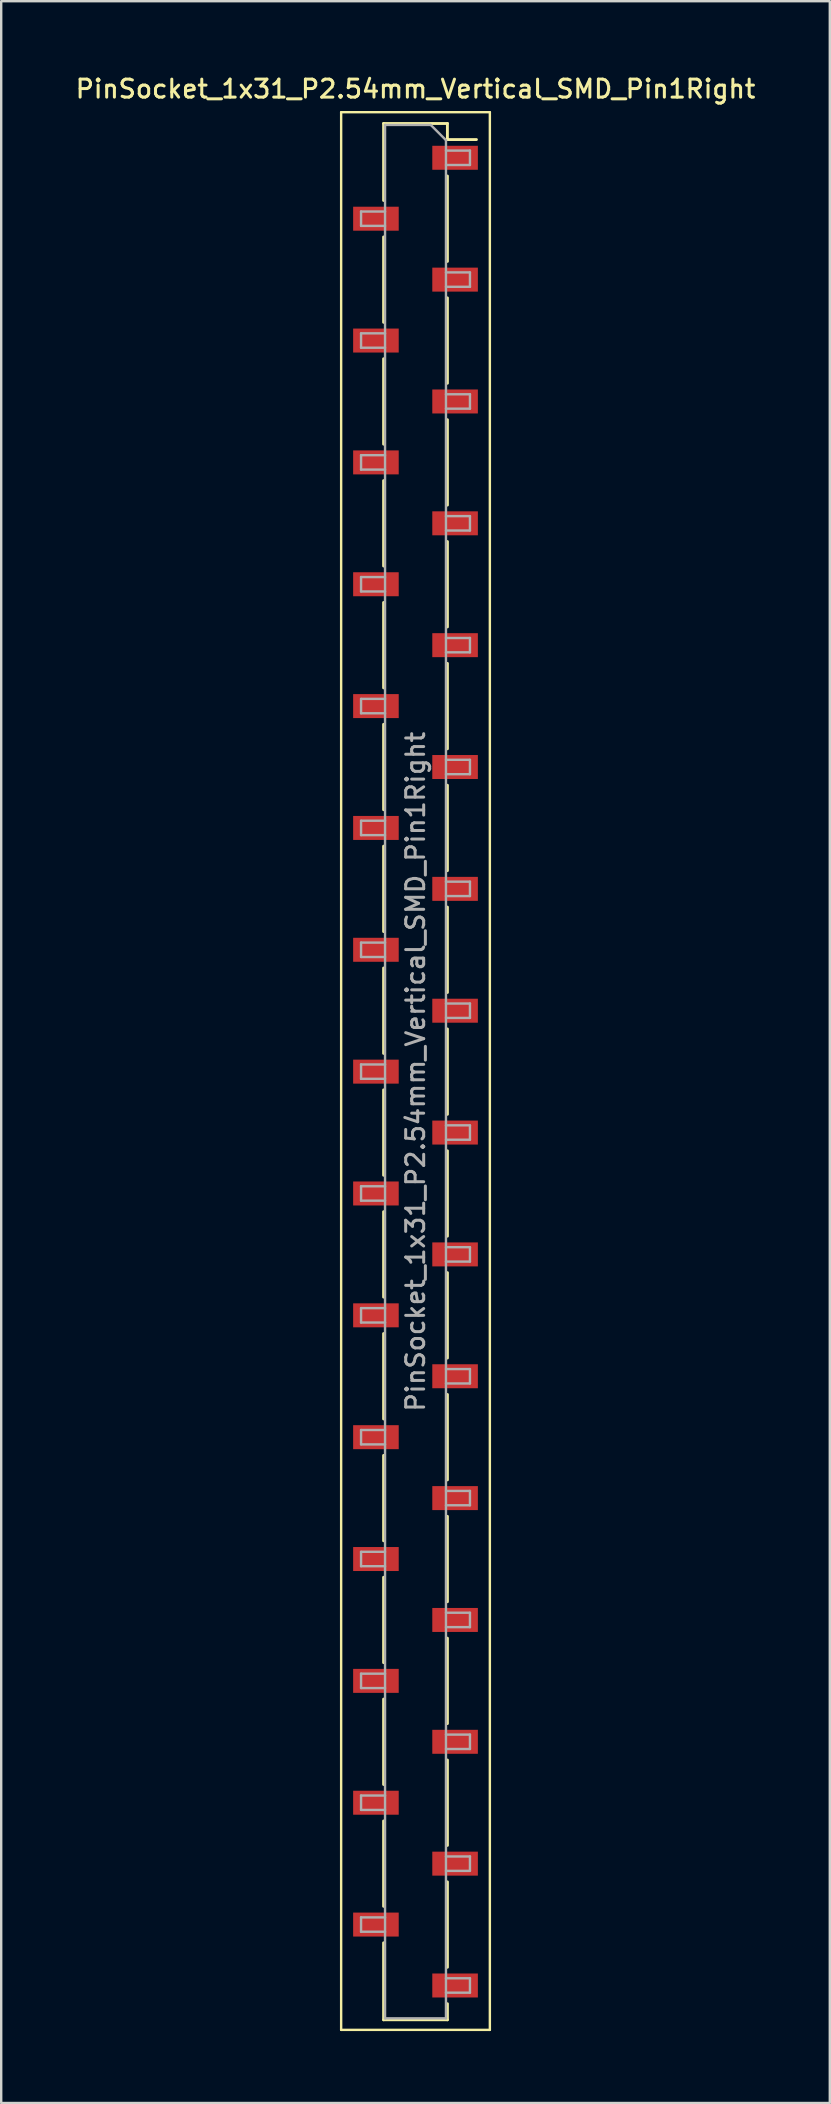
<source format=kicad_pcb>
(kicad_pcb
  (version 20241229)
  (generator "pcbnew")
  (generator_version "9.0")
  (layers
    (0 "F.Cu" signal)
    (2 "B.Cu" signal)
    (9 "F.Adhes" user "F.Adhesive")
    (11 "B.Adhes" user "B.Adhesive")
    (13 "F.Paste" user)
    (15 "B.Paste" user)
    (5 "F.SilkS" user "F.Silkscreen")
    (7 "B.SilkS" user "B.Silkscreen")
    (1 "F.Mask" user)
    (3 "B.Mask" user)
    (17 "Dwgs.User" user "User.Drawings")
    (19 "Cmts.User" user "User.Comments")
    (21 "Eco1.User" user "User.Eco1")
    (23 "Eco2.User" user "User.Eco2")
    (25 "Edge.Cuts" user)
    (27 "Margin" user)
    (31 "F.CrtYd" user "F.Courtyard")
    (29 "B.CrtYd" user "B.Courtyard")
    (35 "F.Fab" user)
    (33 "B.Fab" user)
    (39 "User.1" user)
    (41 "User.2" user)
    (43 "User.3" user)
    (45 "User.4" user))
  (footprint "PinSocket_1x31_P2.54mm_Vertical_SMD_Pin1Right"
    (layer "F.Cu")
    (at 14.273 41.628)
    (property "Reference" "PinSocket_1x31_P2.54mm_Vertical_SMD_Pin1Right" (at 0 -40.97 0) (layer "F.SilkS") (effects (font (size 0.75 0.75) (thickness 0.125))))
    (attr smd)
    (fp_line (start -3.1 -40) (end 3.1 -40) (stroke (width 0.1) (type solid)) (layer "F.SilkS"))
    (fp_line (start -3.1 39.95) (end -3.1 -40) (stroke (width 0.1) (type solid)) (layer "F.SilkS"))
    (fp_line (start -1.33 -39.53) (end -1.33 -36.32) (stroke (width 0.12) (type solid)) (layer "F.SilkS"))
    (fp_line (start -1.33 -39.53) (end 1.33 -39.53) (stroke (width 0.12) (type solid)) (layer "F.SilkS"))
    (fp_line (start -1.33 -34.8) (end -1.33 -31.24) (stroke (width 0.12) (type solid)) (layer "F.SilkS"))
    (fp_line (start -1.33 -29.72) (end -1.33 -26.16) (stroke (width 0.12) (type solid)) (layer "F.SilkS"))
    (fp_line (start -1.33 -24.64) (end -1.33 -21.08) (stroke (width 0.12) (type solid)) (layer "F.SilkS"))
    (fp_line (start -1.33 -19.56) (end -1.33 -16) (stroke (width 0.12) (type solid)) (layer "F.SilkS"))
    (fp_line (start -1.33 -14.48) (end -1.33 -10.92) (stroke (width 0.12) (type solid)) (layer "F.SilkS"))
    (fp_line (start -1.33 -9.4) (end -1.33 -5.84) (stroke (width 0.12) (type solid)) (layer "F.SilkS"))
    (fp_line (start -1.33 -4.32) (end -1.33 -0.76) (stroke (width 0.12) (type solid)) (layer "F.SilkS"))
    (fp_line (start -1.33 0.76) (end -1.33 4.32) (stroke (width 0.12) (type solid)) (layer "F.SilkS"))
    (fp_line (start -1.33 5.84) (end -1.33 9.4) (stroke (width 0.12) (type solid)) (layer "F.SilkS"))
    (fp_line (start -1.33 10.92) (end -1.33 14.48) (stroke (width 0.12) (type solid)) (layer "F.SilkS"))
    (fp_line (start -1.33 16) (end -1.33 19.56) (stroke (width 0.12) (type solid)) (layer "F.SilkS"))
    (fp_line (start -1.33 21.08) (end -1.33 24.64) (stroke (width 0.12) (type solid)) (layer "F.SilkS"))
    (fp_line (start -1.33 26.16) (end -1.33 29.72) (stroke (width 0.12) (type solid)) (layer "F.SilkS"))
    (fp_line (start -1.33 31.24) (end -1.33 34.8) (stroke (width 0.12) (type solid)) (layer "F.SilkS"))
    (fp_line (start -1.33 36.32) (end -1.33 39.53) (stroke (width 0.12) (type solid)) (layer "F.SilkS"))
    (fp_line (start -1.33 39.53) (end 1.33 39.53) (stroke (width 0.12) (type solid)) (layer "F.SilkS"))
    (fp_line (start 1.33 -39.53) (end 1.33 -38.86) (stroke (width 0.12) (type solid)) (layer "F.SilkS"))
    (fp_line (start 1.33 -38.86) (end 2.54 -38.86) (stroke (width 0.12) (type solid)) (layer "F.SilkS"))
    (fp_line (start 1.33 -37.34) (end 1.33 -33.78) (stroke (width 0.12) (type solid)) (layer "F.SilkS"))
    (fp_line (start 1.33 -32.26) (end 1.33 -28.7) (stroke (width 0.12) (type solid)) (layer "F.SilkS"))
    (fp_line (start 1.33 -27.18) (end 1.33 -23.62) (stroke (width 0.12) (type solid)) (layer "F.SilkS"))
    (fp_line (start 1.33 -22.1) (end 1.33 -18.54) (stroke (width 0.12) (type solid)) (layer "F.SilkS"))
    (fp_line (start 1.33 -17.02) (end 1.33 -13.46) (stroke (width 0.12) (type solid)) (layer "F.SilkS"))
    (fp_line (start 1.33 -11.94) (end 1.33 -8.38) (stroke (width 0.12) (type solid)) (layer "F.SilkS"))
    (fp_line (start 1.33 -6.86) (end 1.33 -3.3) (stroke (width 0.12) (type solid)) (layer "F.SilkS"))
    (fp_line (start 1.33 -1.78) (end 1.33 1.78) (stroke (width 0.12) (type solid)) (layer "F.SilkS"))
    (fp_line (start 1.33 3.3) (end 1.33 6.86) (stroke (width 0.12) (type solid)) (layer "F.SilkS"))
    (fp_line (start 1.33 8.38) (end 1.33 11.94) (stroke (width 0.12) (type solid)) (layer "F.SilkS"))
    (fp_line (start 1.33 13.46) (end 1.33 17.02) (stroke (width 0.12) (type solid)) (layer "F.SilkS"))
    (fp_line (start 1.33 18.54) (end 1.33 22.1) (stroke (width 0.12) (type solid)) (layer "F.SilkS"))
    (fp_line (start 1.33 23.62) (end 1.33 27.18) (stroke (width 0.12) (type solid)) (layer "F.SilkS"))
    (fp_line (start 1.33 28.7) (end 1.33 32.26) (stroke (width 0.12) (type solid)) (layer "F.SilkS"))
    (fp_line (start 1.33 33.78) (end 1.33 37.34) (stroke (width 0.12) (type solid)) (layer "F.SilkS"))
    (fp_line (start 1.33 38.86) (end 1.33 39.53) (stroke (width 0.12) (type solid)) (layer "F.SilkS"))
    (fp_line (start 3.1 -40) (end 3.1 39.95) (stroke (width 0.1) (type solid)) (layer "F.SilkS"))
    (fp_line (start 3.1 39.95) (end -3.1 39.95) (stroke (width 0.1) (type solid)) (layer "F.SilkS"))
    (fp_line (start -2.27 -35.86) (end -1.27 -35.86) (stroke (width 0.1) (type solid)) (layer "F.Fab"))
    (fp_line (start -2.27 -35.26) (end -2.27 -35.86) (stroke (width 0.1) (type solid)) (layer "F.Fab"))
    (fp_line (start -2.27 -30.78) (end -1.27 -30.78) (stroke (width 0.1) (type solid)) (layer "F.Fab"))
    (fp_line (start -2.27 -30.18) (end -2.27 -30.78) (stroke (width 0.1) (type solid)) (layer "F.Fab"))
    (fp_line (start -2.27 -25.7) (end -1.27 -25.7) (stroke (width 0.1) (type solid)) (layer "F.Fab"))
    (fp_line (start -2.27 -25.1) (end -2.27 -25.7) (stroke (width 0.1) (type solid)) (layer "F.Fab"))
    (fp_line (start -2.27 -20.62) (end -1.27 -20.62) (stroke (width 0.1) (type solid)) (layer "F.Fab"))
    (fp_line (start -2.27 -20.02) (end -2.27 -20.62) (stroke (width 0.1) (type solid)) (layer "F.Fab"))
    (fp_line (start -2.27 -15.54) (end -1.27 -15.54) (stroke (width 0.1) (type solid)) (layer "F.Fab"))
    (fp_line (start -2.27 -14.94) (end -2.27 -15.54) (stroke (width 0.1) (type solid)) (layer "F.Fab"))
    (fp_line (start -2.27 -10.46) (end -1.27 -10.46) (stroke (width 0.1) (type solid)) (layer "F.Fab"))
    (fp_line (start -2.27 -9.86) (end -2.27 -10.46) (stroke (width 0.1) (type solid)) (layer "F.Fab"))
    (fp_line (start -2.27 -5.38) (end -1.27 -5.38) (stroke (width 0.1) (type solid)) (layer "F.Fab"))
    (fp_line (start -2.27 -4.78) (end -2.27 -5.38) (stroke (width 0.1) (type solid)) (layer "F.Fab"))
    (fp_line (start -2.27 -0.3) (end -1.27 -0.3) (stroke (width 0.1) (type solid)) (layer "F.Fab"))
    (fp_line (start -2.27 0.3) (end -2.27 -0.3) (stroke (width 0.1) (type solid)) (layer "F.Fab"))
    (fp_line (start -2.27 4.78) (end -1.27 4.78) (stroke (width 0.1) (type solid)) (layer "F.Fab"))
    (fp_line (start -2.27 5.38) (end -2.27 4.78) (stroke (width 0.1) (type solid)) (layer "F.Fab"))
    (fp_line (start -2.27 9.86) (end -1.27 9.86) (stroke (width 0.1) (type solid)) (layer "F.Fab"))
    (fp_line (start -2.27 10.46) (end -2.27 9.86) (stroke (width 0.1) (type solid)) (layer "F.Fab"))
    (fp_line (start -2.27 14.94) (end -1.27 14.94) (stroke (width 0.1) (type solid)) (layer "F.Fab"))
    (fp_line (start -2.27 15.54) (end -2.27 14.94) (stroke (width 0.1) (type solid)) (layer "F.Fab"))
    (fp_line (start -2.27 20.02) (end -1.27 20.02) (stroke (width 0.1) (type solid)) (layer "F.Fab"))
    (fp_line (start -2.27 20.62) (end -2.27 20.02) (stroke (width 0.1) (type solid)) (layer "F.Fab"))
    (fp_line (start -2.27 25.1) (end -1.27 25.1) (stroke (width 0.1) (type solid)) (layer "F.Fab"))
    (fp_line (start -2.27 25.7) (end -2.27 25.1) (stroke (width 0.1) (type solid)) (layer "F.Fab"))
    (fp_line (start -2.27 30.18) (end -1.27 30.18) (stroke (width 0.1) (type solid)) (layer "F.Fab"))
    (fp_line (start -2.27 30.78) (end -2.27 30.18) (stroke (width 0.1) (type solid)) (layer "F.Fab"))
    (fp_line (start -2.27 35.26) (end -1.27 35.26) (stroke (width 0.1) (type solid)) (layer "F.Fab"))
    (fp_line (start -2.27 35.86) (end -2.27 35.26) (stroke (width 0.1) (type solid)) (layer "F.Fab"))
    (fp_line (start -1.27 -39.47) (end 0.635 -39.47) (stroke (width 0.1) (type solid)) (layer "F.Fab"))
    (fp_line (start -1.27 -35.26) (end -2.27 -35.26) (stroke (width 0.1) (type solid)) (layer "F.Fab"))
    (fp_line (start -1.27 -30.18) (end -2.27 -30.18) (stroke (width 0.1) (type solid)) (layer "F.Fab"))
    (fp_line (start -1.27 -25.1) (end -2.27 -25.1) (stroke (width 0.1) (type solid)) (layer "F.Fab"))
    (fp_line (start -1.27 -20.02) (end -2.27 -20.02) (stroke (width 0.1) (type solid)) (layer "F.Fab"))
    (fp_line (start -1.27 -14.94) (end -2.27 -14.94) (stroke (width 0.1) (type solid)) (layer "F.Fab"))
    (fp_line (start -1.27 -9.86) (end -2.27 -9.86) (stroke (width 0.1) (type solid)) (layer "F.Fab"))
    (fp_line (start -1.27 -4.78) (end -2.27 -4.78) (stroke (width 0.1) (type solid)) (layer "F.Fab"))
    (fp_line (start -1.27 0.3) (end -2.27 0.3) (stroke (width 0.1) (type solid)) (layer "F.Fab"))
    (fp_line (start -1.27 5.38) (end -2.27 5.38) (stroke (width 0.1) (type solid)) (layer "F.Fab"))
    (fp_line (start -1.27 10.46) (end -2.27 10.46) (stroke (width 0.1) (type solid)) (layer "F.Fab"))
    (fp_line (start -1.27 15.54) (end -2.27 15.54) (stroke (width 0.1) (type solid)) (layer "F.Fab"))
    (fp_line (start -1.27 20.62) (end -2.27 20.62) (stroke (width 0.1) (type solid)) (layer "F.Fab"))
    (fp_line (start -1.27 25.7) (end -2.27 25.7) (stroke (width 0.1) (type solid)) (layer "F.Fab"))
    (fp_line (start -1.27 30.78) (end -2.27 30.78) (stroke (width 0.1) (type solid)) (layer "F.Fab"))
    (fp_line (start -1.27 35.86) (end -2.27 35.86) (stroke (width 0.1) (type solid)) (layer "F.Fab"))
    (fp_line (start -1.27 39.47) (end -1.27 -39.47) (stroke (width 0.1) (type solid)) (layer "F.Fab"))
    (fp_line (start 0.635 -39.47) (end 1.27 -38.835) (stroke (width 0.1) (type solid)) (layer "F.Fab"))
    (fp_line (start 1.27 -38.835) (end 1.27 39.47) (stroke (width 0.1) (type solid)) (layer "F.Fab"))
    (fp_line (start 1.27 -38.4) (end 2.27 -38.4) (stroke (width 0.1) (type solid)) (layer "F.Fab"))
    (fp_line (start 1.27 -33.32) (end 2.27 -33.32) (stroke (width 0.1) (type solid)) (layer "F.Fab"))
    (fp_line (start 1.27 -28.24) (end 2.27 -28.24) (stroke (width 0.1) (type solid)) (layer "F.Fab"))
    (fp_line (start 1.27 -23.16) (end 2.27 -23.16) (stroke (width 0.1) (type solid)) (layer "F.Fab"))
    (fp_line (start 1.27 -18.08) (end 2.27 -18.08) (stroke (width 0.1) (type solid)) (layer "F.Fab"))
    (fp_line (start 1.27 -13) (end 2.27 -13) (stroke (width 0.1) (type solid)) (layer "F.Fab"))
    (fp_line (start 1.27 -7.92) (end 2.27 -7.92) (stroke (width 0.1) (type solid)) (layer "F.Fab"))
    (fp_line (start 1.27 -2.84) (end 2.27 -2.84) (stroke (width 0.1) (type solid)) (layer "F.Fab"))
    (fp_line (start 1.27 2.24) (end 2.27 2.24) (stroke (width 0.1) (type solid)) (layer "F.Fab"))
    (fp_line (start 1.27 7.32) (end 2.27 7.32) (stroke (width 0.1) (type solid)) (layer "F.Fab"))
    (fp_line (start 1.27 12.4) (end 2.27 12.4) (stroke (width 0.1) (type solid)) (layer "F.Fab"))
    (fp_line (start 1.27 17.48) (end 2.27 17.48) (stroke (width 0.1) (type solid)) (layer "F.Fab"))
    (fp_line (start 1.27 22.56) (end 2.27 22.56) (stroke (width 0.1) (type solid)) (layer "F.Fab"))
    (fp_line (start 1.27 27.64) (end 2.27 27.64) (stroke (width 0.1) (type solid)) (layer "F.Fab"))
    (fp_line (start 1.27 32.72) (end 2.27 32.72) (stroke (width 0.1) (type solid)) (layer "F.Fab"))
    (fp_line (start 1.27 37.8) (end 2.27 37.8) (stroke (width 0.1) (type solid)) (layer "F.Fab"))
    (fp_line (start 1.27 39.47) (end -1.27 39.47) (stroke (width 0.1) (type solid)) (layer "F.Fab"))
    (fp_line (start 2.27 -38.4) (end 2.27 -37.8) (stroke (width 0.1) (type solid)) (layer "F.Fab"))
    (fp_line (start 2.27 -37.8) (end 1.27 -37.8) (stroke (width 0.1) (type solid)) (layer "F.Fab"))
    (fp_line (start 2.27 -33.32) (end 2.27 -32.72) (stroke (width 0.1) (type solid)) (layer "F.Fab"))
    (fp_line (start 2.27 -32.72) (end 1.27 -32.72) (stroke (width 0.1) (type solid)) (layer "F.Fab"))
    (fp_line (start 2.27 -28.24) (end 2.27 -27.64) (stroke (width 0.1) (type solid)) (layer "F.Fab"))
    (fp_line (start 2.27 -27.64) (end 1.27 -27.64) (stroke (width 0.1) (type solid)) (layer "F.Fab"))
    (fp_line (start 2.27 -23.16) (end 2.27 -22.56) (stroke (width 0.1) (type solid)) (layer "F.Fab"))
    (fp_line (start 2.27 -22.56) (end 1.27 -22.56) (stroke (width 0.1) (type solid)) (layer "F.Fab"))
    (fp_line (start 2.27 -18.08) (end 2.27 -17.48) (stroke (width 0.1) (type solid)) (layer "F.Fab"))
    (fp_line (start 2.27 -17.48) (end 1.27 -17.48) (stroke (width 0.1) (type solid)) (layer "F.Fab"))
    (fp_line (start 2.27 -13) (end 2.27 -12.4) (stroke (width 0.1) (type solid)) (layer "F.Fab"))
    (fp_line (start 2.27 -12.4) (end 1.27 -12.4) (stroke (width 0.1) (type solid)) (layer "F.Fab"))
    (fp_line (start 2.27 -7.92) (end 2.27 -7.32) (stroke (width 0.1) (type solid)) (layer "F.Fab"))
    (fp_line (start 2.27 -7.32) (end 1.27 -7.32) (stroke (width 0.1) (type solid)) (layer "F.Fab"))
    (fp_line (start 2.27 -2.84) (end 2.27 -2.24) (stroke (width 0.1) (type solid)) (layer "F.Fab"))
    (fp_line (start 2.27 -2.24) (end 1.27 -2.24) (stroke (width 0.1) (type solid)) (layer "F.Fab"))
    (fp_line (start 2.27 2.24) (end 2.27 2.84) (stroke (width 0.1) (type solid)) (layer "F.Fab"))
    (fp_line (start 2.27 2.84) (end 1.27 2.84) (stroke (width 0.1) (type solid)) (layer "F.Fab"))
    (fp_line (start 2.27 7.32) (end 2.27 7.92) (stroke (width 0.1) (type solid)) (layer "F.Fab"))
    (fp_line (start 2.27 7.92) (end 1.27 7.92) (stroke (width 0.1) (type solid)) (layer "F.Fab"))
    (fp_line (start 2.27 12.4) (end 2.27 13) (stroke (width 0.1) (type solid)) (layer "F.Fab"))
    (fp_line (start 2.27 13) (end 1.27 13) (stroke (width 0.1) (type solid)) (layer "F.Fab"))
    (fp_line (start 2.27 17.48) (end 2.27 18.08) (stroke (width 0.1) (type solid)) (layer "F.Fab"))
    (fp_line (start 2.27 18.08) (end 1.27 18.08) (stroke (width 0.1) (type solid)) (layer "F.Fab"))
    (fp_line (start 2.27 22.56) (end 2.27 23.16) (stroke (width 0.1) (type solid)) (layer "F.Fab"))
    (fp_line (start 2.27 23.16) (end 1.27 23.16) (stroke (width 0.1) (type solid)) (layer "F.Fab"))
    (fp_line (start 2.27 27.64) (end 2.27 28.24) (stroke (width 0.1) (type solid)) (layer "F.Fab"))
    (fp_line (start 2.27 28.24) (end 1.27 28.24) (stroke (width 0.1) (type solid)) (layer "F.Fab"))
    (fp_line (start 2.27 32.72) (end 2.27 33.32) (stroke (width 0.1) (type solid)) (layer "F.Fab"))
    (fp_line (start 2.27 33.32) (end 1.27 33.32) (stroke (width 0.1) (type solid)) (layer "F.Fab"))
    (fp_line (start 2.27 37.8) (end 2.27 38.4) (stroke (width 0.1) (type solid)) (layer "F.Fab"))
    (fp_line (start 2.27 38.4) (end 1.27 38.4) (stroke (width 0.1) (type solid)) (layer "F.Fab"))
    (fp_text user "${REFERENCE}" (at 0 0 90) (layer "F.Fab") (effects (font (size 0.75 0.75) (thickness 0.125))))
    (pad "1" smd rect (at 1.65 -38.1) (size 1.9 1) (layers "F.Cu" "F.Mask" "F.Paste"))
    (pad "2" smd rect (at -1.65 -35.56) (size 1.9 1) (layers "F.Cu" "F.Mask" "F.Paste"))
    (pad "3" smd rect (at 1.65 -33.02) (size 1.9 1) (layers "F.Cu" "F.Mask" "F.Paste"))
    (pad "4" smd rect (at -1.65 -30.48) (size 1.9 1) (layers "F.Cu" "F.Mask" "F.Paste"))
    (pad "5" smd rect (at 1.65 -27.94) (size 1.9 1) (layers "F.Cu" "F.Mask" "F.Paste"))
    (pad "6" smd rect (at -1.65 -25.4) (size 1.9 1) (layers "F.Cu" "F.Mask" "F.Paste"))
    (pad "7" smd rect (at 1.65 -22.86) (size 1.9 1) (layers "F.Cu" "F.Mask" "F.Paste"))
    (pad "8" smd rect (at -1.65 -20.32) (size 1.9 1) (layers "F.Cu" "F.Mask" "F.Paste"))
    (pad "9" smd rect (at 1.65 -17.78) (size 1.9 1) (layers "F.Cu" "F.Mask" "F.Paste"))
    (pad "10" smd rect (at -1.65 -15.24) (size 1.9 1) (layers "F.Cu" "F.Mask" "F.Paste"))
    (pad "11" smd rect (at 1.65 -12.7) (size 1.9 1) (layers "F.Cu" "F.Mask" "F.Paste"))
    (pad "12" smd rect (at -1.65 -10.16) (size 1.9 1) (layers "F.Cu" "F.Mask" "F.Paste"))
    (pad "13" smd rect (at 1.65 -7.62) (size 1.9 1) (layers "F.Cu" "F.Mask" "F.Paste"))
    (pad "14" smd rect (at -1.65 -5.08) (size 1.9 1) (layers "F.Cu" "F.Mask" "F.Paste"))
    (pad "15" smd rect (at 1.65 -2.54) (size 1.9 1) (layers "F.Cu" "F.Mask" "F.Paste"))
    (pad "16" smd rect (at -1.65 0) (size 1.9 1) (layers "F.Cu" "F.Mask" "F.Paste"))
    (pad "17" smd rect (at 1.65 2.54) (size 1.9 1) (layers "F.Cu" "F.Mask" "F.Paste"))
    (pad "18" smd rect (at -1.65 5.08) (size 1.9 1) (layers "F.Cu" "F.Mask" "F.Paste"))
    (pad "19" smd rect (at 1.65 7.62) (size 1.9 1) (layers "F.Cu" "F.Mask" "F.Paste"))
    (pad "20" smd rect (at -1.65 10.16) (size 1.9 1) (layers "F.Cu" "F.Mask" "F.Paste"))
    (pad "21" smd rect (at 1.65 12.7) (size 1.9 1) (layers "F.Cu" "F.Mask" "F.Paste"))
    (pad "22" smd rect (at -1.65 15.24) (size 1.9 1) (layers "F.Cu" "F.Mask" "F.Paste"))
    (pad "23" smd rect (at 1.65 17.78) (size 1.9 1) (layers "F.Cu" "F.Mask" "F.Paste"))
    (pad "24" smd rect (at -1.65 20.32) (size 1.9 1) (layers "F.Cu" "F.Mask" "F.Paste"))
    (pad "25" smd rect (at 1.65 22.86) (size 1.9 1) (layers "F.Cu" "F.Mask" "F.Paste"))
    (pad "26" smd rect (at -1.65 25.4) (size 1.9 1) (layers "F.Cu" "F.Mask" "F.Paste"))
    (pad "27" smd rect (at 1.65 27.94) (size 1.9 1) (layers "F.Cu" "F.Mask" "F.Paste"))
    (pad "28" smd rect (at -1.65 30.48) (size 1.9 1) (layers "F.Cu" "F.Mask" "F.Paste"))
    (pad "29" smd rect (at 1.65 33.02) (size 1.9 1) (layers "F.Cu" "F.Mask" "F.Paste"))
    (pad "30" smd rect (at -1.65 35.56) (size 1.9 1) (layers "F.Cu" "F.Mask" "F.Paste"))
    (pad "31" smd rect (at 1.65 38.1) (size 1.9 1) (layers "F.Cu" "F.Mask" "F.Paste")))
  (gr_rect
    (start -3 -3)
    (end 31.546 84.628)
    (stroke (width 0.1) (type default))
    (fill no)
    (layer "Edge.Cuts")))
</source>
